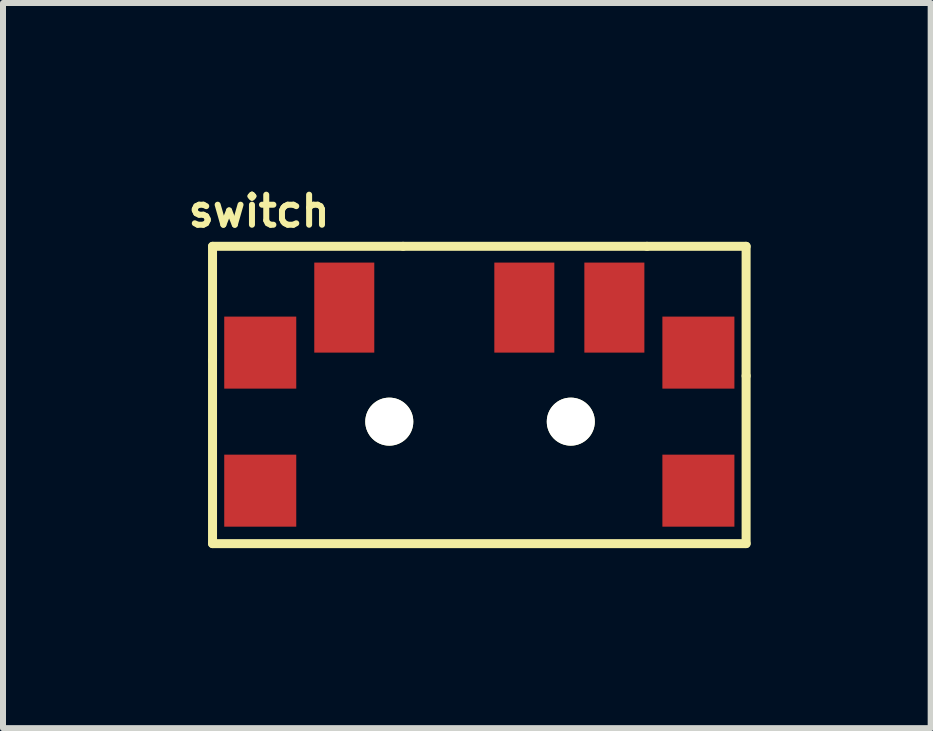
<source format=kicad_pcb>
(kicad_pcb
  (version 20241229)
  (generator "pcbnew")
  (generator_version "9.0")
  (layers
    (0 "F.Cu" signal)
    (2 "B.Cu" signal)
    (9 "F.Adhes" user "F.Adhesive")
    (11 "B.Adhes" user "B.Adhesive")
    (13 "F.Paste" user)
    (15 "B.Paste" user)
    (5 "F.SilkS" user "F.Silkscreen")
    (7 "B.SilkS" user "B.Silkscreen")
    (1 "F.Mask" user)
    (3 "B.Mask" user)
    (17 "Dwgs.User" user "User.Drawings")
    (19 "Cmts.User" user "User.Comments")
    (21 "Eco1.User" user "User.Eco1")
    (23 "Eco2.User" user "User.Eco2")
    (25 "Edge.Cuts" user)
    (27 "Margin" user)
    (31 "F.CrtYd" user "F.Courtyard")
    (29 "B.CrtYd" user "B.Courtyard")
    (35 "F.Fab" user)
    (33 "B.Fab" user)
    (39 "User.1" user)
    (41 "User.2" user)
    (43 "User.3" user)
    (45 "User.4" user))
  (footprint "switch"
    (layer "F.Cu")
    (at 4.936 3.975)
    (property "Reference" "switch" (at -3.669 -3.507 180) (layer "F.SilkS") (effects (font (size 0.5 0.5) (thickness 0.1))))
    (attr through_hole)
    (fp_line (start -4.445 -2.921) (end -1.27 -2.921) (stroke (width 0.15) (type solid)) (layer "F.SilkS"))
    (fp_line (start -4.445 -1.016) (end -4.445 -2.921) (stroke (width 0.15) (type solid)) (layer "F.SilkS"))
    (fp_line (start -4.445 2.032) (end -4.445 -1.016) (stroke (width 0.15) (type solid)) (layer "F.SilkS"))
    (fp_line (start -1.27 -2.921) (end 2.794 -2.921) (stroke (width 0.15) (type solid)) (layer "F.SilkS"))
    (fp_line (start 2.794 -2.921) (end 4.445 -2.921) (stroke (width 0.15) (type solid)) (layer "F.SilkS"))
    (fp_line (start 4.445 -2.921) (end 4.445 -0.762) (stroke (width 0.15) (type solid)) (layer "F.SilkS"))
    (fp_line (start 4.445 -0.762) (end 4.445 2.032) (stroke (width 0.15) (type solid)) (layer "F.SilkS"))
    (fp_line (start 4.445 2.032) (end -4.445 2.032) (stroke (width 0.15) (type solid)) (layer "F.SilkS"))
    (pad "" smd rect (at -3.65 -1.15) (size 1.2 1.2) (layers "F.Cu" "F.Mask" "F.Paste"))
    (pad "" smd rect (at -3.65 1.15) (size 1.2 1.2) (layers "F.Cu" "F.Mask" "F.Paste"))
    (pad "" np_thru_hole circle (at -1.5 0) (size 0.8 0.8) (drill 0.8) (layers "*.Cu" "*.Mask" "F.SilkS"))
    (pad "" np_thru_hole circle (at 1.524 0) (size 0.8 0.8) (drill 0.8) (layers "*.Cu" "*.Mask" "F.SilkS"))
    (pad "" smd rect (at 3.65 -1.15) (size 1.2 1.2) (layers "F.Cu" "F.Mask" "F.Paste"))
    (pad "" smd rect (at 3.65 1.15) (size 1.2 1.2) (layers "F.Cu" "F.Mask" "F.Paste"))
    (pad "1" smd rect (at -2.25 -1.9) (size 1 1.5) (layers "F.Cu" "F.Mask" "F.Paste"))
    (pad "2" smd rect (at 0.75 -1.9) (size 1 1.5) (layers "F.Cu" "F.Mask" "F.Paste"))
    (pad "3" smd rect (at 2.25 -1.9) (size 1 1.5) (layers "F.Cu" "F.Mask" "F.Paste")))
  (gr_rect
    (start -3 -3)
    (end 12.456 9.082)
    (stroke (width 0.1) (type default))
    (fill no)
    (layer "Edge.Cuts")))
</source>
